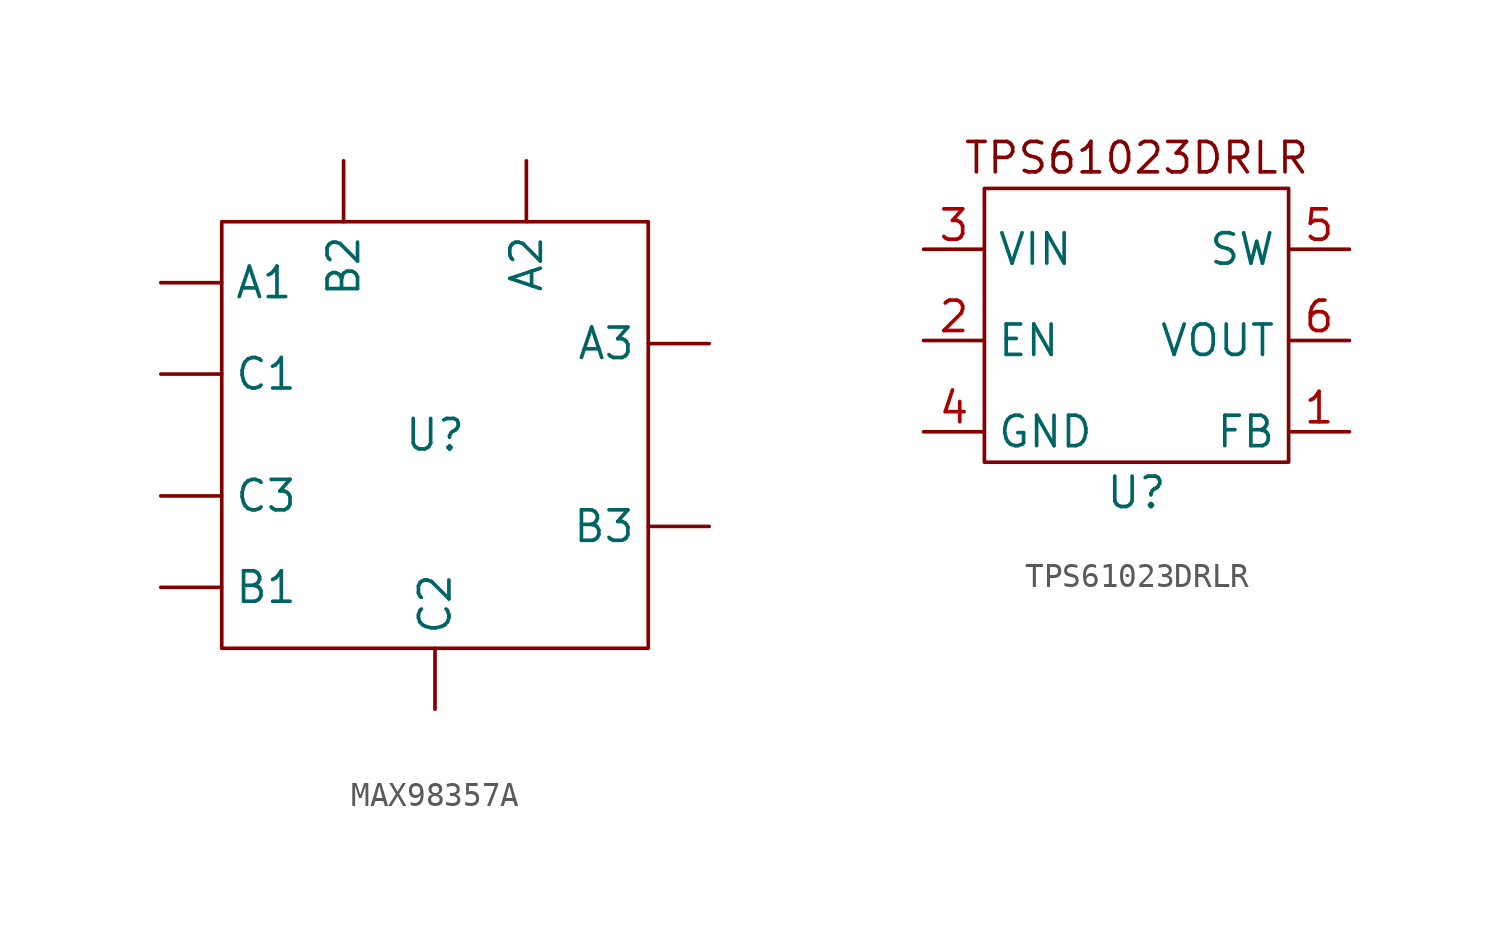
<source format=kicad_sym>
(kicad_symbol_lib
  (version 20220914)
  (generator kicad_symbol_editor)
  (symbol "MAX98357A"
    (property "Reference" "U"
      (at 0 0 0)
      (effects (font (size 1.27 1.27))))
    (property "Value" ""
      (at 0 0 0)
      (effects (font (size 1.27 1.27))))
    (symbol "MAX98357A_0_1"
      (rectangle (start -8.89 8.89) (end 8.89 -8.89) (stroke (width 0) (type default)) (fill (type none))))
    (symbol "MAX98357A_1_1"
      (pin input line (at -11.43 6.35 0) (length 2.54) (name "A1" (effects (font (size 1.27 1.27)))) (number "" (effects (font (size 1.27 1.27)))))
      (pin input line (at 3.81 11.43 270) (length 2.54) (name "A2" (effects (font (size 1.27 1.27)))) (number "" (effects (font (size 1.27 1.27)))))
      (pin output line (at 11.43 3.81 180) (length 2.54) (name "A3" (effects (font (size 1.27 1.27)))) (number "" (effects (font (size 1.27 1.27)))))
      (pin input line (at -11.43 -6.35 0) (length 2.54) (name "B1" (effects (font (size 1.27 1.27)))) (number "" (effects (font (size 1.27 1.27)))))
      (pin input line (at -3.81 11.43 270) (length 2.54) (name "B2" (effects (font (size 1.27 1.27)))) (number "" (effects (font (size 1.27 1.27)))))
      (pin output line (at 11.43 -3.81 180) (length 2.54) (name "B3" (effects (font (size 1.27 1.27)))) (number "" (effects (font (size 1.27 1.27)))))
      (pin input line (at -11.43 2.54 0) (length 2.54) (name "C1" (effects (font (size 1.27 1.27)))) (number "" (effects (font (size 1.27 1.27)))))
      (pin input line (at 0 -11.43 90) (length 2.54) (name "C2" (effects (font (size 1.27 1.27)))) (number "" (effects (font (size 1.27 1.27)))))
      (pin input line (at -11.43 -2.54 0) (length 2.54) (name "C3" (effects (font (size 1.27 1.27)))) (number "" (effects (font (size 1.27 1.27)))))))
  (symbol "TPS61023DRLR"
    (property "Reference" "U"
      (at 0 -8.89 0)
      (effects (font (size 1.27 1.27))))
    (property "Value" ""
      (at -2.54 0 0)
      (effects (font (size 1.27 1.27))))
    (symbol "TPS61023DRLR_0_1"
      (rectangle (start -6.35 3.81) (end 6.35 -7.62) (stroke (width 0) (type default)) (fill (type none))))
    (symbol "TPS61023DRLR_1_1"
      (text "TPS61023DRLR" (at 0 5.08 0) (effects (font (size 1.27 1.27))))
      (pin input line (at 8.89 -6.35 180) (length 2.54) (name "FB" (effects (font (size 1.27 1.27)))) (number "1" (effects (font (size 1.27 1.27)))))
      (pin input line (at -8.89 -2.54 0) (length 2.54) (name "EN" (effects (font (size 1.27 1.27)))) (number "2" (effects (font (size 1.27 1.27)))))
      (pin power_in line (at -8.89 1.27 0) (length 2.54) (name "VIN" (effects (font (size 1.27 1.27)))) (number "3" (effects (font (size 1.27 1.27)))))
      (pin power_in line (at -8.89 -6.35 0) (length 2.54) (name "GND" (effects (font (size 1.27 1.27)))) (number "4" (effects (font (size 1.27 1.27)))))
      (pin power_in line (at 8.89 1.27 180) (length 2.54) (name "SW" (effects (font (size 1.27 1.27)))) (number "5" (effects (font (size 1.27 1.27)))))
      (pin power_out line (at 8.89 -2.54 180) (length 2.54) (name "VOUT" (effects (font (size 1.27 1.27)))) (number "6" (effects (font (size 1.27 1.27))))))))
</source>
